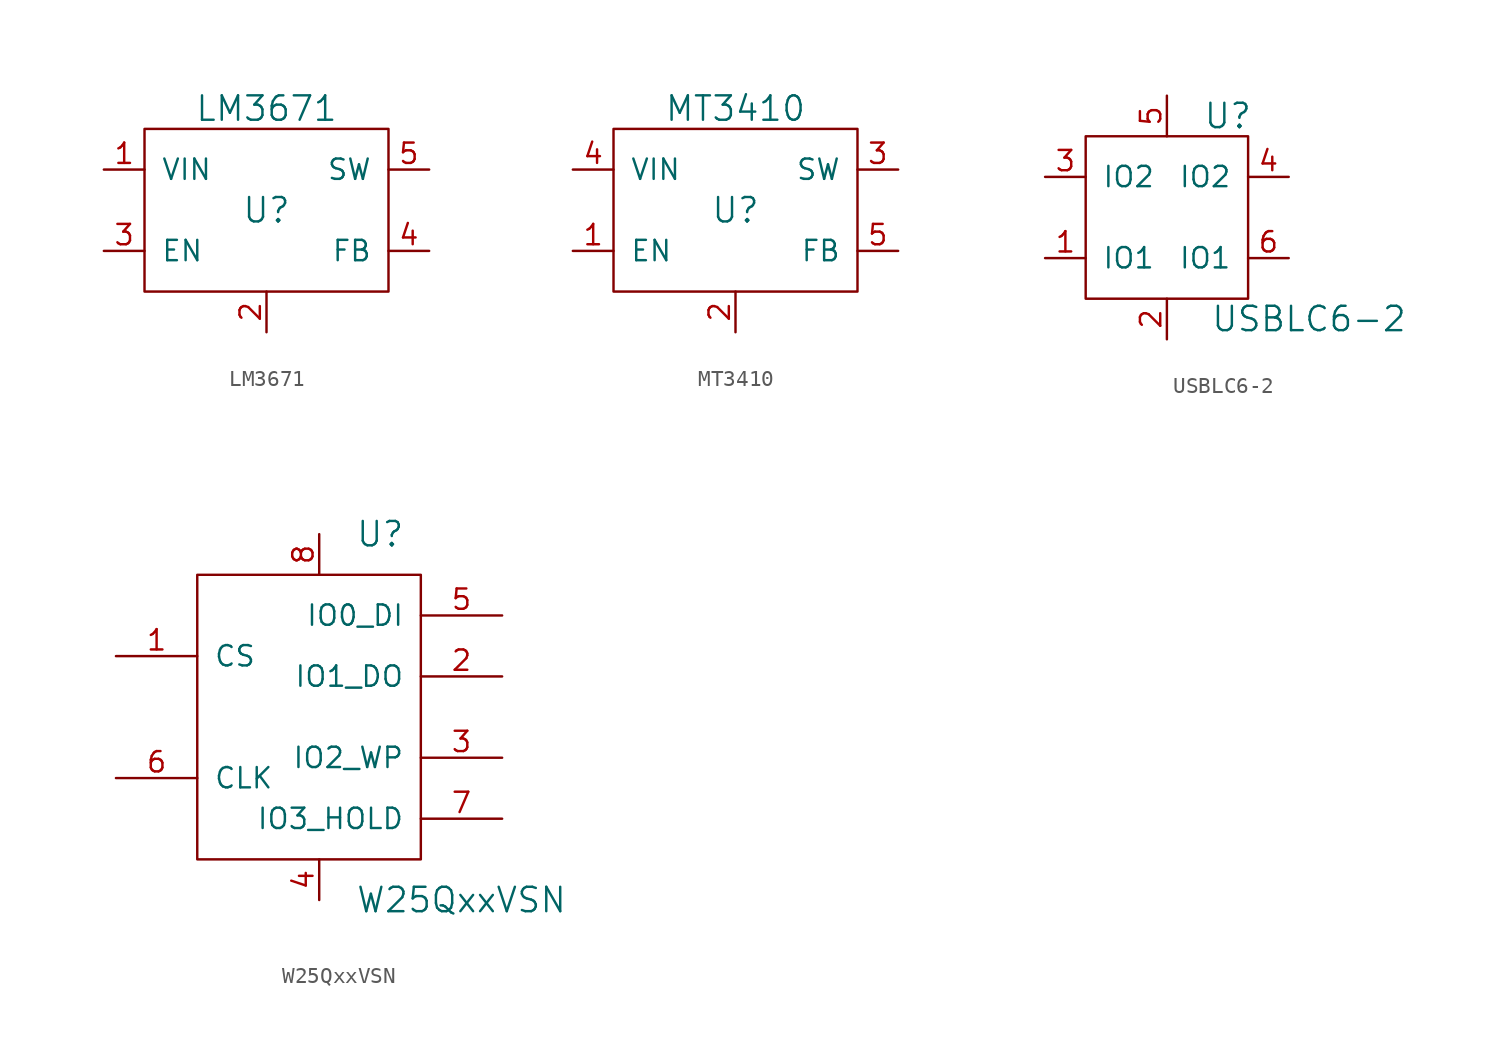
<source format=kicad_sym>
(kicad_symbol_lib
  (version 20211014)
  (generator kicad_symbol_editor)
  (symbol "LM3671"
    (pin_names
      (offset 1.016))
    (property "Reference" "U"
      (at 0 0 0)
      (effects (font (size 1.524 1.524))))
    (property "Value" "LM3671"
      (at 0 6.35 0)
      (effects (font (size 1.524 1.524))))
    (property "Footprint" ""
      (at 0 0 0)
      (effects (font (size 1.524 1.524))))
    (property "Datasheet" ""
      (at 0 0 0)
      (effects (font (size 1.524 1.524))))
    (symbol "LM3671_0_1"
      (rectangle (start -7.62 5.08) (end 7.62 -5.08) (stroke (width 0) (type default) (color 0 0 0 0)) (fill (type none))))
    (symbol "LM3671_1_1"
      (pin power_in line (at -10.16 2.54 0) (length 2.54) (name "VIN" (effects (font (size 1.27 1.27)))) (number "1" (effects (font (size 1.27 1.27)))))
      (pin power_in line (at 0 -7.62 90) (length 2.54) (name "~" (effects (font (size 1.27 1.27)))) (number "2" (effects (font (size 1.27 1.27)))))
      (pin input line (at -10.16 -2.54 0) (length 2.54) (name "EN" (effects (font (size 1.27 1.27)))) (number "3" (effects (font (size 1.27 1.27)))))
      (pin input line (at 10.16 -2.54 180) (length 2.54) (name "FB" (effects (font (size 1.27 1.27)))) (number "4" (effects (font (size 1.27 1.27)))))
      (pin power_out line (at 10.16 2.54 180) (length 2.54) (name "SW" (effects (font (size 1.27 1.27)))) (number "5" (effects (font (size 1.27 1.27)))))))
  (symbol "MT3410"
    (pin_names
      (offset 1.016))
    (property "Reference" "U"
      (at 0 0 0)
      (effects (font (size 1.524 1.524))))
    (property "Value" "MT3410"
      (at 0 6.35 0)
      (effects (font (size 1.524 1.524))))
    (property "Footprint" ""
      (at 0 0 0)
      (effects (font (size 1.524 1.524))))
    (property "Datasheet" ""
      (at 0 0 0)
      (effects (font (size 1.524 1.524))))
    (symbol "MT3410_0_1"
      (rectangle (start -7.62 5.08) (end 7.62 -5.08) (stroke (width 0) (type default) (color 0 0 0 0)) (fill (type none))))
    (symbol "MT3410_1_1"
      (pin input line (at -10.16 -2.54 0) (length 2.54) (name "EN" (effects (font (size 1.27 1.27)))) (number "1" (effects (font (size 1.27 1.27)))))
      (pin power_in line (at 0 -7.62 90) (length 2.54) (name "~" (effects (font (size 1.27 1.27)))) (number "2" (effects (font (size 1.27 1.27)))))
      (pin power_out line (at 10.16 2.54 180) (length 2.54) (name "SW" (effects (font (size 1.27 1.27)))) (number "3" (effects (font (size 1.27 1.27)))))
      (pin power_in line (at -10.16 2.54 0) (length 2.54) (name "VIN" (effects (font (size 1.27 1.27)))) (number "4" (effects (font (size 1.27 1.27)))))
      (pin input line (at 10.16 -2.54 180) (length 2.54) (name "FB" (effects (font (size 1.27 1.27)))) (number "5" (effects (font (size 1.27 1.27)))))))
  (symbol "USBLC6-2"
    (pin_names
      (offset 1.016))
    (property "Reference" "U"
      (at 3.81 6.35 0)
      (effects (font (size 1.524 1.524))))
    (property "Value" "USBLC6-2"
      (at 8.89 -6.35 0)
      (effects (font (size 1.524 1.524))))
    (property "Footprint" ""
      (at 0 0 0)
      (effects (font (size 1.524 1.524))))
    (property "Datasheet" ""
      (at 0 0 0)
      (effects (font (size 1.524 1.524))))
    (symbol "USBLC6-2_0_1"
      (rectangle (start -5.08 5.08) (end 5.08 -5.08) (stroke (width 0) (type default) (color 0 0 0 0)) (fill (type none))))
    (symbol "USBLC6-2_1_0"
      (pin bidirectional line (at -7.62 -2.54 0) (length 2.54) (name "IO1" (effects (font (size 1.27 1.27)))) (number "1" (effects (font (size 1.27 1.27)))))
      (pin power_in line (at 0 -7.62 90) (length 2.54) (name "~" (effects (font (size 1.27 1.27)))) (number "2" (effects (font (size 1.27 1.27)))))
      (pin bidirectional line (at -7.62 2.54 0) (length 2.54) (name "IO2" (effects (font (size 1.27 1.27)))) (number "3" (effects (font (size 1.27 1.27)))))
      (pin bidirectional line (at 7.62 2.54 180) (length 2.54) (name "IO2" (effects (font (size 1.27 1.27)))) (number "4" (effects (font (size 1.27 1.27)))))
      (pin power_in line (at 0 7.62 270) (length 2.54) (name "~" (effects (font (size 1.27 1.27)))) (number "5" (effects (font (size 1.27 1.27)))))
      (pin bidirectional line (at 7.62 -2.54 180) (length 2.54) (name "IO1" (effects (font (size 1.27 1.27)))) (number "6" (effects (font (size 1.27 1.27)))))))
  (symbol "W25QxxVSN"
    (pin_names
      (offset 1.016))
    (property "Reference" "U"
      (at 3.81 11.43 0)
      (effects (font (size 1.524 1.524))))
    (property "Value" "W25QxxVSN"
      (at 8.89 -11.43 0)
      (effects (font (size 1.524 1.524))))
    (property "Footprint" ""
      (at 0 0 0)
      (effects (font (size 1.524 1.524))))
    (property "Datasheet" ""
      (at 0 0 0)
      (effects (font (size 1.524 1.524))))
    (symbol "W25QxxVSN_0_1"
      (rectangle (start 6.35 8.89) (end -7.62 -8.89) (stroke (width 0) (type default) (color 0 0 0 0)) (fill (type none))))
    (symbol "W25QxxVSN_1_1"
      (pin input line (at -12.7 3.81 0) (length 5.08) (name "CS" (effects (font (size 1.27 1.27)))) (number "1" (effects (font (size 1.27 1.27)))))
      (pin bidirectional line (at 11.43 2.54 180) (length 5.08) (name "IO1_DO" (effects (font (size 1.27 1.27)))) (number "2" (effects (font (size 1.27 1.27)))))
      (pin bidirectional line (at 11.43 -2.54 180) (length 5.08) (name "IO2_WP" (effects (font (size 1.27 1.27)))) (number "3" (effects (font (size 1.27 1.27)))))
      (pin power_in line (at 0 -11.43 90) (length 2.54) (name "~" (effects (font (size 1.27 1.27)))) (number "4" (effects (font (size 1.27 1.27)))))
      (pin bidirectional line (at 11.43 6.35 180) (length 5.08) (name "IO0_DI" (effects (font (size 1.27 1.27)))) (number "5" (effects (font (size 1.27 1.27)))))
      (pin input line (at -12.7 -3.81 0) (length 5.08) (name "CLK" (effects (font (size 1.27 1.27)))) (number "6" (effects (font (size 1.27 1.27)))))
      (pin bidirectional line (at 11.43 -6.35 180) (length 5.08) (name "IO3_HOLD" (effects (font (size 1.27 1.27)))) (number "7" (effects (font (size 1.27 1.27)))))
      (pin power_in line (at 0 11.43 270) (length 2.54) (name "~" (effects (font (size 1.27 1.27)))) (number "8" (effects (font (size 1.27 1.27))))))))
</source>
